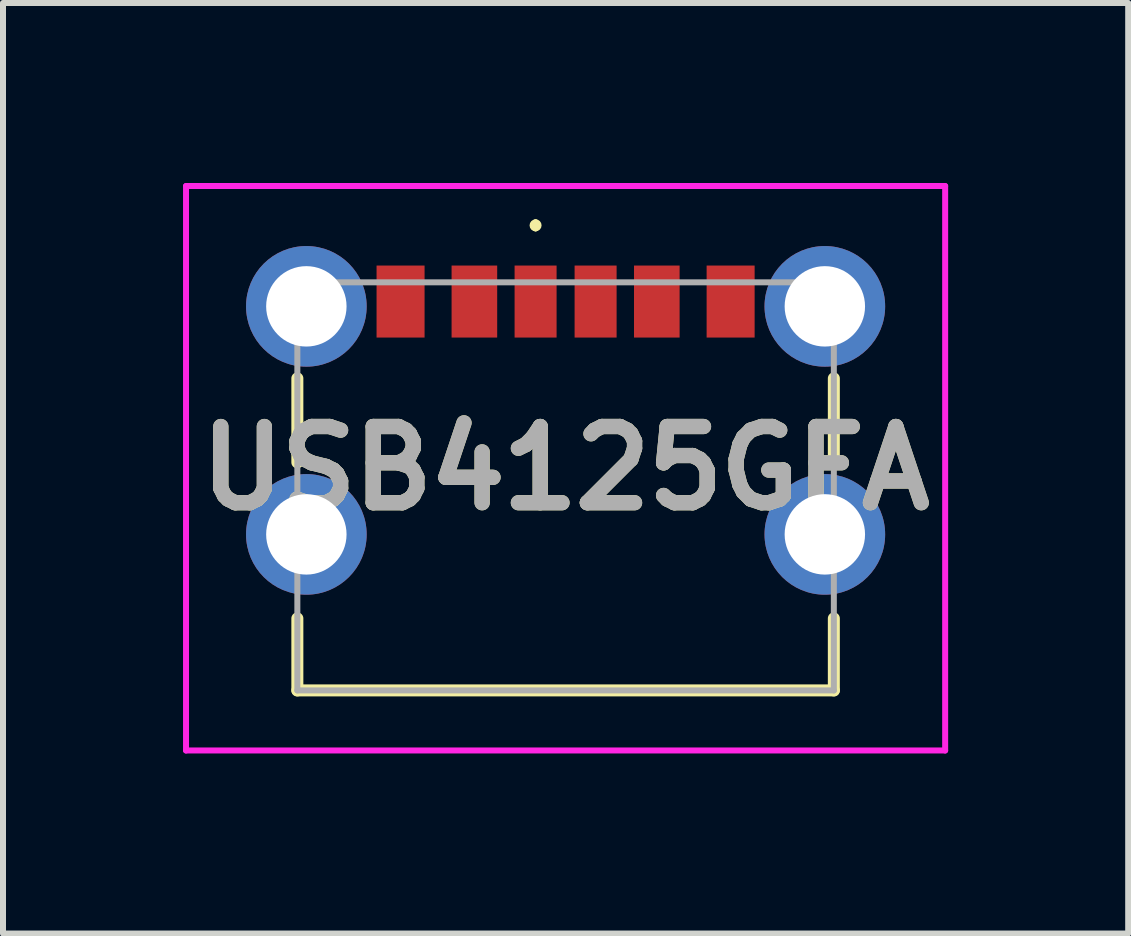
<source format=kicad_pcb>
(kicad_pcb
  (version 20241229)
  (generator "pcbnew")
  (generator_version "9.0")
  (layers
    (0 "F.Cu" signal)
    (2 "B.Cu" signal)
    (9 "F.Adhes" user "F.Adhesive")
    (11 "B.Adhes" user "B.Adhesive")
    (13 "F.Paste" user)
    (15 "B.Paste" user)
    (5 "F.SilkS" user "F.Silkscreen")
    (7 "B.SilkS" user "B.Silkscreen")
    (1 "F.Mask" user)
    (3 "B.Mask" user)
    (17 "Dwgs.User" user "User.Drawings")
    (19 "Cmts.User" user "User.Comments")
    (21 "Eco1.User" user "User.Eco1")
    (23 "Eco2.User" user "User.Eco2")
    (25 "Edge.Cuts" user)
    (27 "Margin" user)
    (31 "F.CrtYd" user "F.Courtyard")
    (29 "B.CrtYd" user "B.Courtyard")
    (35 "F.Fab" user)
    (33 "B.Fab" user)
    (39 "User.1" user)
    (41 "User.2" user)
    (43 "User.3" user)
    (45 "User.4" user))
  (footprint "USB4125GFA"
    (layer "F.Cu")
    (at 6.375 4.753)
    (property "Reference" "USB4125GFA" (at 0 0 0) (layer "F.SilkS") (effects (font (size 1.27 1.27) (thickness 0.254))))
    (attr through_hole)
    (fp_line (start -4.47 -1.498) (end -4.47 -0.098) (stroke (width 0.2) (type solid)) (layer "F.SilkS"))
    (fp_line (start -4.47 2.502) (end -4.47 3.702) (stroke (width 0.2) (type solid)) (layer "F.SilkS"))
    (fp_line (start -4.47 3.702) (end 4.47 3.702) (stroke (width 0.2) (type solid)) (layer "F.SilkS"))
    (fp_line (start -0.5 -4.098) (end -0.5 -4.098) (stroke (width 0.1) (type solid)) (layer "F.SilkS"))
    (fp_line (start -0.5 -3.998) (end -0.5 -3.998) (stroke (width 0.1) (type solid)) (layer "F.SilkS"))
    (fp_line (start 4.47 -0.098) (end 4.47 -1.498) (stroke (width 0.2) (type solid)) (layer "F.SilkS"))
    (fp_line (start 4.47 3.702) (end 4.47 2.502) (stroke (width 0.2) (type solid)) (layer "F.SilkS"))
    (fp_arc (start -0.5 -4.098) (mid -0.45 -4.048) (end -0.5 -3.998) (stroke (width 0.1) (type solid)) (layer "F.SilkS"))
    (fp_arc (start -0.5 -3.997) (mid -0.5505 -4.0475) (end -0.5 -4.098) (stroke (width 0.1) (type solid)) (layer "F.SilkS"))
    (fp_line (start -6.325 -4.703) (end 6.325 -4.703) (stroke (width 0.1) (type solid)) (layer "F.CrtYd"))
    (fp_line (start -6.325 4.703) (end -6.325 -4.703) (stroke (width 0.1) (type solid)) (layer "F.CrtYd"))
    (fp_line (start 6.325 -4.703) (end 6.325 4.703) (stroke (width 0.1) (type solid)) (layer "F.CrtYd"))
    (fp_line (start 6.325 4.703) (end -6.325 4.703) (stroke (width 0.1) (type solid)) (layer "F.CrtYd"))
    (fp_line (start -4.47 -3.098) (end -4.47 3.702) (stroke (width 0.1) (type solid)) (layer "F.Fab"))
    (fp_line (start -4.47 3.702) (end 4.47 3.702) (stroke (width 0.1) (type solid)) (layer "F.Fab"))
    (fp_line (start 4.47 -3.098) (end -4.47 -3.098) (stroke (width 0.1) (type solid)) (layer "F.Fab"))
    (fp_line (start 4.47 3.702) (end 4.47 -3.098) (stroke (width 0.1) (type solid)) (layer "F.Fab"))
    (fp_text user "${REFERENCE}" (at 0 0 0) (layer "F.Fab") (effects (font (size 1.27 1.27) (thickness 0.254))))
    (pad "A5" smd rect (at -0.5 -2.778) (size 0.7 1.2) (layers "F.Cu" "F.Mask" "F.Paste"))
    (pad "A9" smd rect (at 1.52 -2.778) (size 0.76 1.2) (layers "F.Cu" "F.Mask" "F.Paste"))
    (pad "A12" smd rect (at 2.75 -2.778) (size 0.8 1.2) (layers "F.Cu" "F.Mask" "F.Paste"))
    (pad "B5" smd rect (at 0.5 -2.778) (size 0.7 1.2) (layers "F.Cu" "F.Mask" "F.Paste"))
    (pad "B9" smd rect (at -1.52 -2.778) (size 0.76 1.2) (layers "F.Cu" "F.Mask" "F.Paste"))
    (pad "B12" smd rect (at -2.75 -2.778) (size 0.8 1.2) (layers "F.Cu" "F.Mask" "F.Paste"))
    (pad "MH1" thru_hole circle (at 4.32 -2.698) (size 2.01 2.01) (drill 1.34) (layers "*.Cu" "*.Mask"))
    (pad "MH2" thru_hole circle (at 4.32 1.102) (size 2.01 2.01) (drill 1.34) (layers "*.Cu" "*.Mask"))
    (pad "MH3" thru_hole circle (at -4.32 1.102) (size 2.01 2.01) (drill 1.34) (layers "*.Cu" "*.Mask"))
    (pad "MH4" thru_hole circle (at -4.32 -2.698) (size 2.01 2.01) (drill 1.34) (layers "*.Cu" "*.Mask")))
  (gr_rect
    (start -3 -3)
    (end 15.75 12.506)
    (stroke (width 0.1) (type default))
    (fill no)
    (layer "Edge.Cuts")))
</source>
